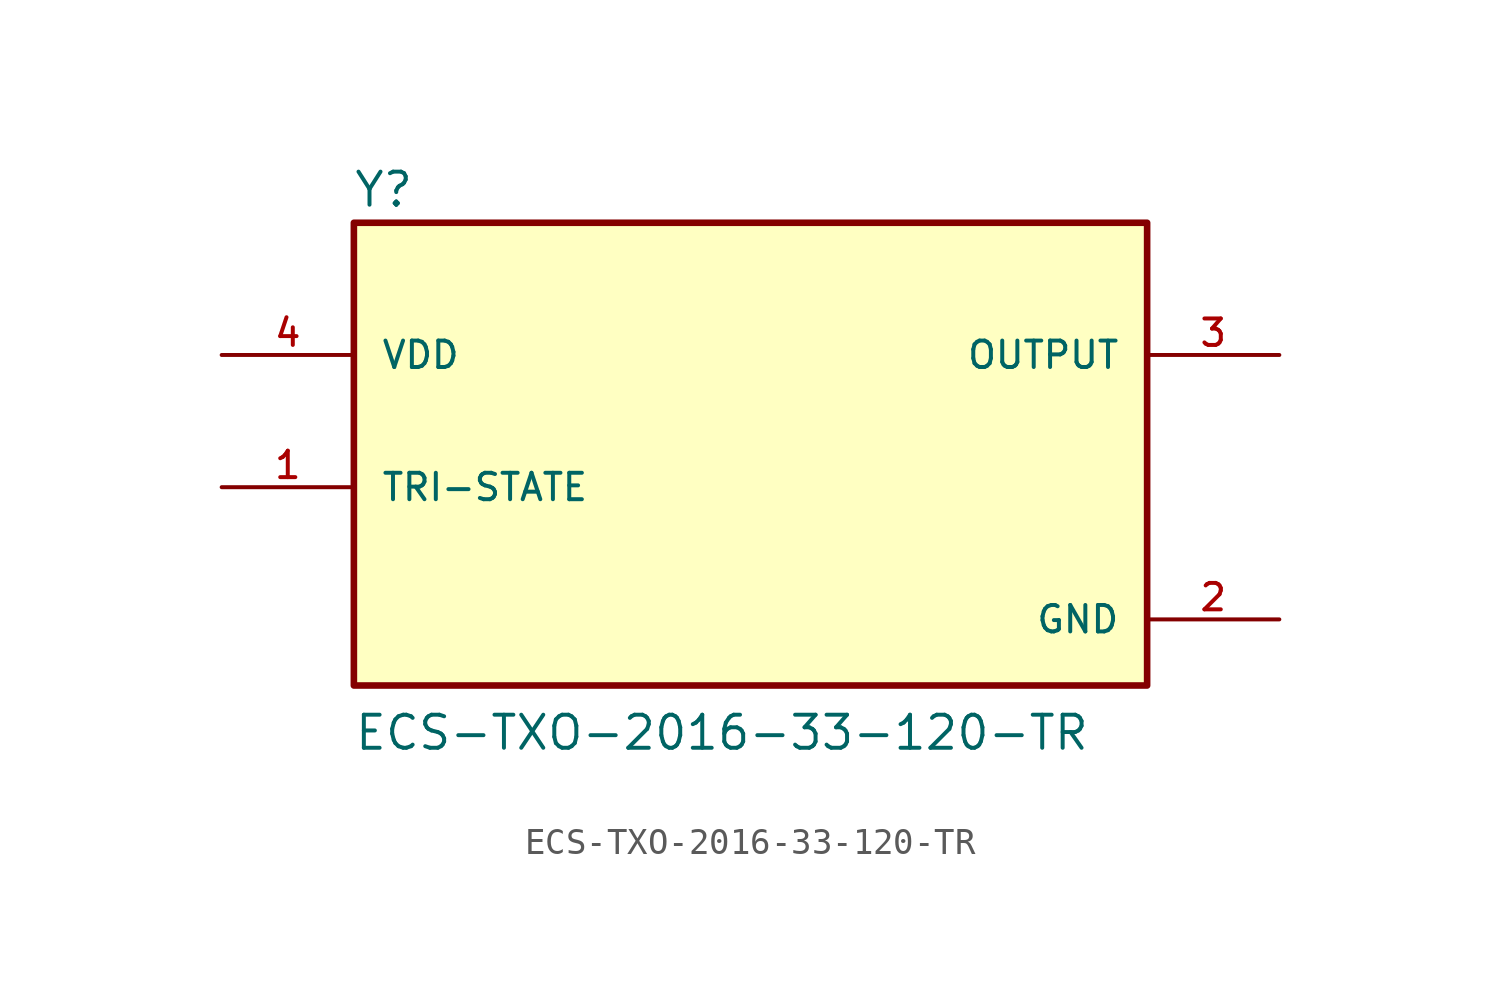
<source format=kicad_sym>
(kicad_symbol_lib
  (version 20211014)
  (generator kicad_symbol_editor)
  (symbol "ECS-TXO-2016-33-120-TR"
    (pin_names
      (offset 1.016))
    (property "Reference" "Y"
      (at -15.284 8.151 0)
      (effects (font (size 1.27 1.27)) (justify bottom left)))
    (property "Value" "ECS-TXO-2016-33-120-TR"
      (at -15.259 -12.716 0)
      (effects (font (size 1.27 1.27)) (justify bottom left)))
    (symbol "ECS-TXO-2016-33-120-TR_0_0"
      (rectangle (start -15.24 -10.16) (end 15.24 7.62) (stroke (width 0.254)) (fill (type background)))
      (pin input line (at -20.32 -2.54 0) (length 5.08) (name "TRI-STATE" (effects (font (size 1.016 1.016)))) (number "1" (effects (font (size 1.016 1.016)))))
      (pin output line (at 20.32 2.54 180.0) (length 5.08) (name "OUTPUT" (effects (font (size 1.016 1.016)))) (number "3" (effects (font (size 1.016 1.016)))))
      (pin input line (at -20.32 2.54 0) (length 5.08) (name "VDD" (effects (font (size 1.016 1.016)))) (number "4" (effects (font (size 1.016 1.016)))))
      (pin power_in line (at 20.32 -7.62 180.0) (length 5.08) (name "GND" (effects (font (size 1.016 1.016)))) (number "2" (effects (font (size 1.016 1.016))))))))
</source>
